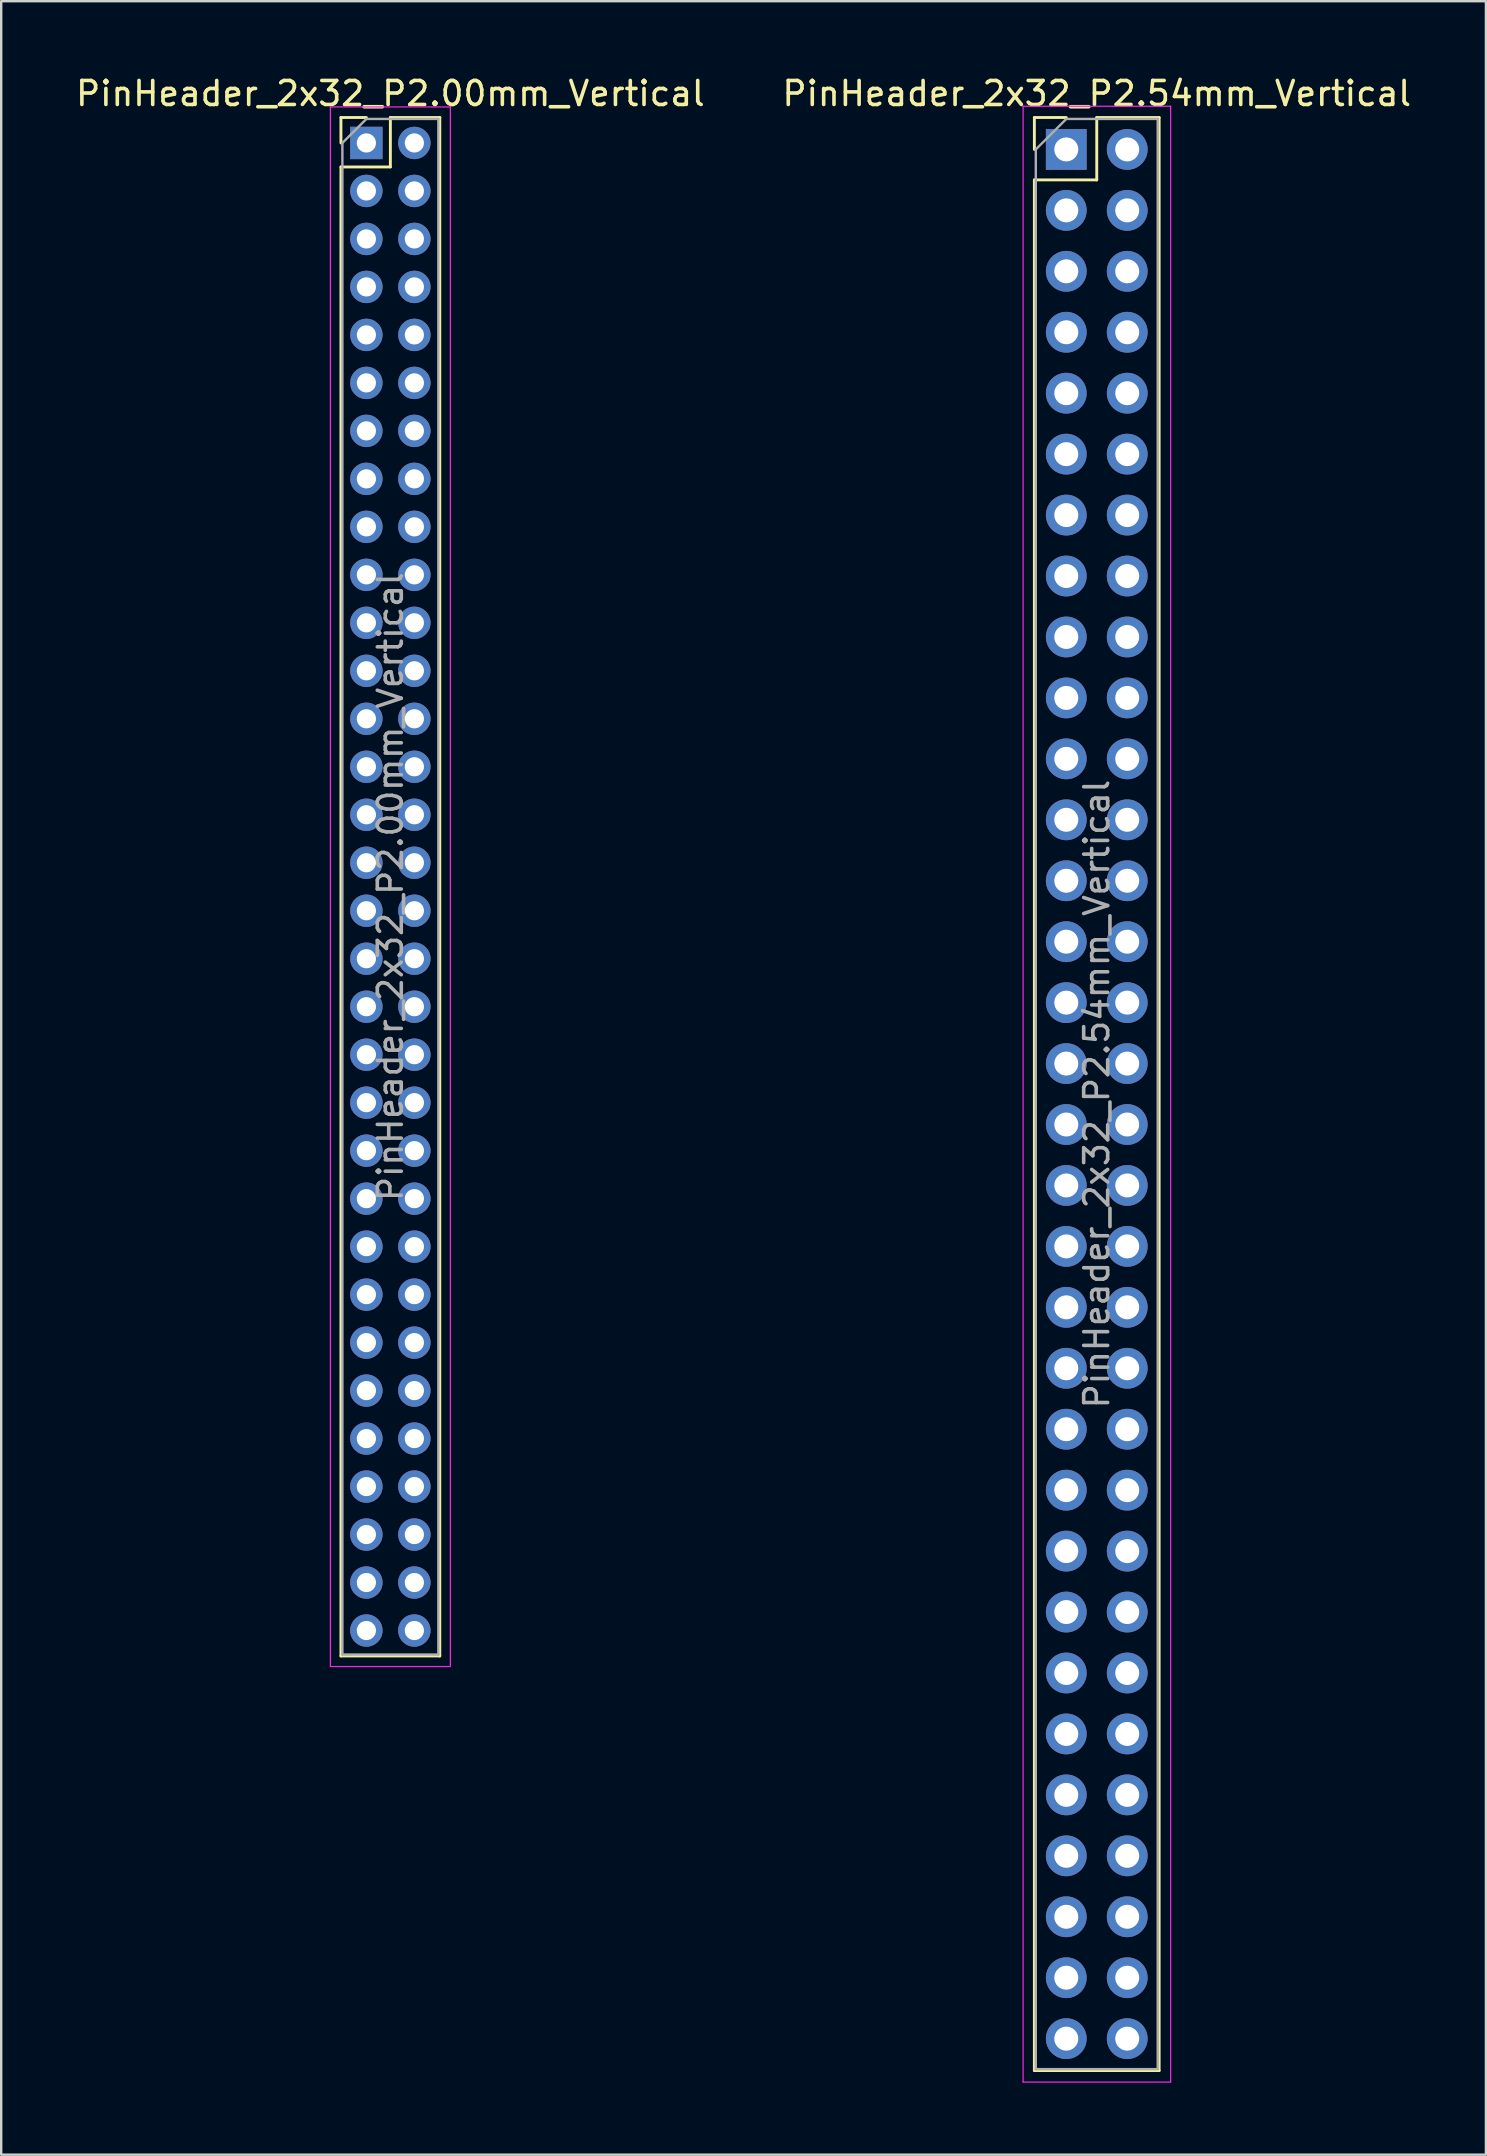
<source format=kicad_pcb>
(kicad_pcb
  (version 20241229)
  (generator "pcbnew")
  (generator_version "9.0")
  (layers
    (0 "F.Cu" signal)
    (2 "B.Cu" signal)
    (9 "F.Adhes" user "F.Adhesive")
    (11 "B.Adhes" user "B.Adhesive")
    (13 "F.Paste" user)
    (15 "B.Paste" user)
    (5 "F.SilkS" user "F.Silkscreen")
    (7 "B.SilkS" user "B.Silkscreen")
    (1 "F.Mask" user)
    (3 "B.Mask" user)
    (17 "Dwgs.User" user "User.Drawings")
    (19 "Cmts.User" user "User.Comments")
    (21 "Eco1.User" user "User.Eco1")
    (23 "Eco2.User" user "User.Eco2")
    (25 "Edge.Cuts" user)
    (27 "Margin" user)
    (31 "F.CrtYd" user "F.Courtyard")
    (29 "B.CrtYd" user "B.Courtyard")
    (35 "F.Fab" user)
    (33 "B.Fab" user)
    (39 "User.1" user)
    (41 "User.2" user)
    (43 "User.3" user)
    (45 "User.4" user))
  (footprint "PinHeader_2x32_P2.54mm_Vertical"
    (layer "F.Cu")
    (at 41.391 3.178)
    (property "Reference" "PinHeader_2x32_P2.54mm_Vertical" (at 1.27 -2.33 0) (layer "F.SilkS") (effects (font (size 1 1) (thickness 0.15))))
    (attr through_hole)
    (fp_line (start -1.33 -1.33) (end 0 -1.33) (stroke (width 0.12) (type solid)) (layer "F.SilkS"))
    (fp_line (start -1.33 0) (end -1.33 -1.33) (stroke (width 0.12) (type solid)) (layer "F.SilkS"))
    (fp_line (start -1.33 1.27) (end -1.33 80.07) (stroke (width 0.12) (type solid)) (layer "F.SilkS"))
    (fp_line (start -1.33 1.27) (end 1.27 1.27) (stroke (width 0.12) (type solid)) (layer "F.SilkS"))
    (fp_line (start -1.33 80.07) (end 3.87 80.07) (stroke (width 0.12) (type solid)) (layer "F.SilkS"))
    (fp_line (start 1.27 -1.33) (end 3.87 -1.33) (stroke (width 0.12) (type solid)) (layer "F.SilkS"))
    (fp_line (start 1.27 1.27) (end 1.27 -1.33) (stroke (width 0.12) (type solid)) (layer "F.SilkS"))
    (fp_line (start 3.87 -1.33) (end 3.87 80.07) (stroke (width 0.12) (type solid)) (layer "F.SilkS"))
    (fp_line (start -1.8 -1.8) (end -1.8 80.55) (stroke (width 0.05) (type solid)) (layer "F.CrtYd"))
    (fp_line (start -1.8 80.55) (end 4.35 80.55) (stroke (width 0.05) (type solid)) (layer "F.CrtYd"))
    (fp_line (start 4.35 -1.8) (end -1.8 -1.8) (stroke (width 0.05) (type solid)) (layer "F.CrtYd"))
    (fp_line (start 4.35 80.55) (end 4.35 -1.8) (stroke (width 0.05) (type solid)) (layer "F.CrtYd"))
    (fp_line (start -1.27 0) (end 0 -1.27) (stroke (width 0.1) (type solid)) (layer "F.Fab"))
    (fp_line (start -1.27 80.01) (end -1.27 0) (stroke (width 0.1) (type solid)) (layer "F.Fab"))
    (fp_line (start 0 -1.27) (end 3.81 -1.27) (stroke (width 0.1) (type solid)) (layer "F.Fab"))
    (fp_line (start 3.81 -1.27) (end 3.81 80.01) (stroke (width 0.1) (type solid)) (layer "F.Fab"))
    (fp_line (start 3.81 80.01) (end -1.27 80.01) (stroke (width 0.1) (type solid)) (layer "F.Fab"))
    (fp_text user "${REFERENCE}" (at 1.27 39.37 90) (layer "F.Fab") (effects (font (size 1 1) (thickness 0.15))))
    (pad "1" thru_hole rect (at 0 0) (size 1.7 1.7) (drill 1) (layers "*.Cu" "*.Mask"))
    (pad "2" thru_hole oval (at 2.54 0) (size 1.7 1.7) (drill 1) (layers "*.Cu" "*.Mask"))
    (pad "3" thru_hole oval (at 0 2.54) (size 1.7 1.7) (drill 1) (layers "*.Cu" "*.Mask"))
    (pad "4" thru_hole oval (at 2.54 2.54) (size 1.7 1.7) (drill 1) (layers "*.Cu" "*.Mask"))
    (pad "5" thru_hole oval (at 0 5.08) (size 1.7 1.7) (drill 1) (layers "*.Cu" "*.Mask"))
    (pad "6" thru_hole oval (at 2.54 5.08) (size 1.7 1.7) (drill 1) (layers "*.Cu" "*.Mask"))
    (pad "7" thru_hole oval (at 0 7.62) (size 1.7 1.7) (drill 1) (layers "*.Cu" "*.Mask"))
    (pad "8" thru_hole oval (at 2.54 7.62) (size 1.7 1.7) (drill 1) (layers "*.Cu" "*.Mask"))
    (pad "9" thru_hole oval (at 0 10.16) (size 1.7 1.7) (drill 1) (layers "*.Cu" "*.Mask"))
    (pad "10" thru_hole oval (at 2.54 10.16) (size 1.7 1.7) (drill 1) (layers "*.Cu" "*.Mask"))
    (pad "11" thru_hole oval (at 0 12.7) (size 1.7 1.7) (drill 1) (layers "*.Cu" "*.Mask"))
    (pad "12" thru_hole oval (at 2.54 12.7) (size 1.7 1.7) (drill 1) (layers "*.Cu" "*.Mask"))
    (pad "13" thru_hole oval (at 0 15.24) (size 1.7 1.7) (drill 1) (layers "*.Cu" "*.Mask"))
    (pad "14" thru_hole oval (at 2.54 15.24) (size 1.7 1.7) (drill 1) (layers "*.Cu" "*.Mask"))
    (pad "15" thru_hole oval (at 0 17.78) (size 1.7 1.7) (drill 1) (layers "*.Cu" "*.Mask"))
    (pad "16" thru_hole oval (at 2.54 17.78) (size 1.7 1.7) (drill 1) (layers "*.Cu" "*.Mask"))
    (pad "17" thru_hole oval (at 0 20.32) (size 1.7 1.7) (drill 1) (layers "*.Cu" "*.Mask"))
    (pad "18" thru_hole oval (at 2.54 20.32) (size 1.7 1.7) (drill 1) (layers "*.Cu" "*.Mask"))
    (pad "19" thru_hole oval (at 0 22.86) (size 1.7 1.7) (drill 1) (layers "*.Cu" "*.Mask"))
    (pad "20" thru_hole oval (at 2.54 22.86) (size 1.7 1.7) (drill 1) (layers "*.Cu" "*.Mask"))
    (pad "21" thru_hole oval (at 0 25.4) (size 1.7 1.7) (drill 1) (layers "*.Cu" "*.Mask"))
    (pad "22" thru_hole oval (at 2.54 25.4) (size 1.7 1.7) (drill 1) (layers "*.Cu" "*.Mask"))
    (pad "23" thru_hole oval (at 0 27.94) (size 1.7 1.7) (drill 1) (layers "*.Cu" "*.Mask"))
    (pad "24" thru_hole oval (at 2.54 27.94) (size 1.7 1.7) (drill 1) (layers "*.Cu" "*.Mask"))
    (pad "25" thru_hole oval (at 0 30.48) (size 1.7 1.7) (drill 1) (layers "*.Cu" "*.Mask"))
    (pad "26" thru_hole oval (at 2.54 30.48) (size 1.7 1.7) (drill 1) (layers "*.Cu" "*.Mask"))
    (pad "27" thru_hole oval (at 0 33.02) (size 1.7 1.7) (drill 1) (layers "*.Cu" "*.Mask"))
    (pad "28" thru_hole oval (at 2.54 33.02) (size 1.7 1.7) (drill 1) (layers "*.Cu" "*.Mask"))
    (pad "29" thru_hole oval (at 0 35.56) (size 1.7 1.7) (drill 1) (layers "*.Cu" "*.Mask"))
    (pad "30" thru_hole oval (at 2.54 35.56) (size 1.7 1.7) (drill 1) (layers "*.Cu" "*.Mask"))
    (pad "31" thru_hole oval (at 0 38.1) (size 1.7 1.7) (drill 1) (layers "*.Cu" "*.Mask"))
    (pad "32" thru_hole oval (at 2.54 38.1) (size 1.7 1.7) (drill 1) (layers "*.Cu" "*.Mask"))
    (pad "33" thru_hole oval (at 0 40.64) (size 1.7 1.7) (drill 1) (layers "*.Cu" "*.Mask"))
    (pad "34" thru_hole oval (at 2.54 40.64) (size 1.7 1.7) (drill 1) (layers "*.Cu" "*.Mask"))
    (pad "35" thru_hole oval (at 0 43.18) (size 1.7 1.7) (drill 1) (layers "*.Cu" "*.Mask"))
    (pad "36" thru_hole oval (at 2.54 43.18) (size 1.7 1.7) (drill 1) (layers "*.Cu" "*.Mask"))
    (pad "37" thru_hole oval (at 0 45.72) (size 1.7 1.7) (drill 1) (layers "*.Cu" "*.Mask"))
    (pad "38" thru_hole oval (at 2.54 45.72) (size 1.7 1.7) (drill 1) (layers "*.Cu" "*.Mask"))
    (pad "39" thru_hole oval (at 0 48.26) (size 1.7 1.7) (drill 1) (layers "*.Cu" "*.Mask"))
    (pad "40" thru_hole oval (at 2.54 48.26) (size 1.7 1.7) (drill 1) (layers "*.Cu" "*.Mask"))
    (pad "41" thru_hole oval (at 0 50.8) (size 1.7 1.7) (drill 1) (layers "*.Cu" "*.Mask"))
    (pad "42" thru_hole oval (at 2.54 50.8) (size 1.7 1.7) (drill 1) (layers "*.Cu" "*.Mask"))
    (pad "43" thru_hole oval (at 0 53.34) (size 1.7 1.7) (drill 1) (layers "*.Cu" "*.Mask"))
    (pad "44" thru_hole oval (at 2.54 53.34) (size 1.7 1.7) (drill 1) (layers "*.Cu" "*.Mask"))
    (pad "45" thru_hole oval (at 0 55.88) (size 1.7 1.7) (drill 1) (layers "*.Cu" "*.Mask"))
    (pad "46" thru_hole oval (at 2.54 55.88) (size 1.7 1.7) (drill 1) (layers "*.Cu" "*.Mask"))
    (pad "47" thru_hole oval (at 0 58.42) (size 1.7 1.7) (drill 1) (layers "*.Cu" "*.Mask"))
    (pad "48" thru_hole oval (at 2.54 58.42) (size 1.7 1.7) (drill 1) (layers "*.Cu" "*.Mask"))
    (pad "49" thru_hole oval (at 0 60.96) (size 1.7 1.7) (drill 1) (layers "*.Cu" "*.Mask"))
    (pad "50" thru_hole oval (at 2.54 60.96) (size 1.7 1.7) (drill 1) (layers "*.Cu" "*.Mask"))
    (pad "51" thru_hole oval (at 0 63.5) (size 1.7 1.7) (drill 1) (layers "*.Cu" "*.Mask"))
    (pad "52" thru_hole oval (at 2.54 63.5) (size 1.7 1.7) (drill 1) (layers "*.Cu" "*.Mask"))
    (pad "53" thru_hole oval (at 0 66.04) (size 1.7 1.7) (drill 1) (layers "*.Cu" "*.Mask"))
    (pad "54" thru_hole oval (at 2.54 66.04) (size 1.7 1.7) (drill 1) (layers "*.Cu" "*.Mask"))
    (pad "55" thru_hole oval (at 0 68.58) (size 1.7 1.7) (drill 1) (layers "*.Cu" "*.Mask"))
    (pad "56" thru_hole oval (at 2.54 68.58) (size 1.7 1.7) (drill 1) (layers "*.Cu" "*.Mask"))
    (pad "57" thru_hole oval (at 0 71.12) (size 1.7 1.7) (drill 1) (layers "*.Cu" "*.Mask"))
    (pad "58" thru_hole oval (at 2.54 71.12) (size 1.7 1.7) (drill 1) (layers "*.Cu" "*.Mask"))
    (pad "59" thru_hole oval (at 0 73.66) (size 1.7 1.7) (drill 1) (layers "*.Cu" "*.Mask"))
    (pad "60" thru_hole oval (at 2.54 73.66) (size 1.7 1.7) (drill 1) (layers "*.Cu" "*.Mask"))
    (pad "61" thru_hole oval (at 0 76.2) (size 1.7 1.7) (drill 1) (layers "*.Cu" "*.Mask"))
    (pad "62" thru_hole oval (at 2.54 76.2) (size 1.7 1.7) (drill 1) (layers "*.Cu" "*.Mask"))
    (pad "63" thru_hole oval (at 0 78.74) (size 1.7 1.7) (drill 1) (layers "*.Cu" "*.Mask"))
    (pad "64" thru_hole oval (at 2.54 78.74) (size 1.7 1.7) (drill 1) (layers "*.Cu" "*.Mask")))
  (footprint "PinHeader_2x32_P2.00mm_Vertical"
    (layer "F.Cu")
    (at 12.22 2.908)
    (property "Reference" "PinHeader_2x32_P2.00mm_Vertical" (at 1 -2.06 0) (layer "F.SilkS") (effects (font (size 1 1) (thickness 0.15))))
    (attr through_hole)
    (fp_line (start -1.06 -1.06) (end 0 -1.06) (stroke (width 0.12) (type solid)) (layer "F.SilkS"))
    (fp_line (start -1.06 0) (end -1.06 -1.06) (stroke (width 0.12) (type solid)) (layer "F.SilkS"))
    (fp_line (start -1.06 1) (end -1.06 63.06) (stroke (width 0.12) (type solid)) (layer "F.SilkS"))
    (fp_line (start -1.06 1) (end 1 1) (stroke (width 0.12) (type solid)) (layer "F.SilkS"))
    (fp_line (start -1.06 63.06) (end 3.06 63.06) (stroke (width 0.12) (type solid)) (layer "F.SilkS"))
    (fp_line (start 1 -1.06) (end 3.06 -1.06) (stroke (width 0.12) (type solid)) (layer "F.SilkS"))
    (fp_line (start 1 1) (end 1 -1.06) (stroke (width 0.12) (type solid)) (layer "F.SilkS"))
    (fp_line (start 3.06 -1.06) (end 3.06 63.06) (stroke (width 0.12) (type solid)) (layer "F.SilkS"))
    (fp_line (start -1.5 -1.5) (end -1.5 63.5) (stroke (width 0.05) (type solid)) (layer "F.CrtYd"))
    (fp_line (start -1.5 63.5) (end 3.5 63.5) (stroke (width 0.05) (type solid)) (layer "F.CrtYd"))
    (fp_line (start 3.5 -1.5) (end -1.5 -1.5) (stroke (width 0.05) (type solid)) (layer "F.CrtYd"))
    (fp_line (start 3.5 63.5) (end 3.5 -1.5) (stroke (width 0.05) (type solid)) (layer "F.CrtYd"))
    (fp_line (start -1 0) (end 0 -1) (stroke (width 0.1) (type solid)) (layer "F.Fab"))
    (fp_line (start -1 63) (end -1 0) (stroke (width 0.1) (type solid)) (layer "F.Fab"))
    (fp_line (start 0 -1) (end 3 -1) (stroke (width 0.1) (type solid)) (layer "F.Fab"))
    (fp_line (start 3 -1) (end 3 63) (stroke (width 0.1) (type solid)) (layer "F.Fab"))
    (fp_line (start 3 63) (end -1 63) (stroke (width 0.1) (type solid)) (layer "F.Fab"))
    (fp_text user "${REFERENCE}" (at 1 31 90) (layer "F.Fab") (effects (font (size 1 1) (thickness 0.15))))
    (pad "1" thru_hole rect (at 0 0) (size 1.35 1.35) (drill 0.8) (layers "*.Cu" "*.Mask"))
    (pad "2" thru_hole oval (at 2 0) (size 1.35 1.35) (drill 0.8) (layers "*.Cu" "*.Mask"))
    (pad "3" thru_hole oval (at 0 2) (size 1.35 1.35) (drill 0.8) (layers "*.Cu" "*.Mask"))
    (pad "4" thru_hole oval (at 2 2) (size 1.35 1.35) (drill 0.8) (layers "*.Cu" "*.Mask"))
    (pad "5" thru_hole oval (at 0 4) (size 1.35 1.35) (drill 0.8) (layers "*.Cu" "*.Mask"))
    (pad "6" thru_hole oval (at 2 4) (size 1.35 1.35) (drill 0.8) (layers "*.Cu" "*.Mask"))
    (pad "7" thru_hole oval (at 0 6) (size 1.35 1.35) (drill 0.8) (layers "*.Cu" "*.Mask"))
    (pad "8" thru_hole oval (at 2 6) (size 1.35 1.35) (drill 0.8) (layers "*.Cu" "*.Mask"))
    (pad "9" thru_hole oval (at 0 8) (size 1.35 1.35) (drill 0.8) (layers "*.Cu" "*.Mask"))
    (pad "10" thru_hole oval (at 2 8) (size 1.35 1.35) (drill 0.8) (layers "*.Cu" "*.Mask"))
    (pad "11" thru_hole oval (at 0 10) (size 1.35 1.35) (drill 0.8) (layers "*.Cu" "*.Mask"))
    (pad "12" thru_hole oval (at 2 10) (size 1.35 1.35) (drill 0.8) (layers "*.Cu" "*.Mask"))
    (pad "13" thru_hole oval (at 0 12) (size 1.35 1.35) (drill 0.8) (layers "*.Cu" "*.Mask"))
    (pad "14" thru_hole oval (at 2 12) (size 1.35 1.35) (drill 0.8) (layers "*.Cu" "*.Mask"))
    (pad "15" thru_hole oval (at 0 14) (size 1.35 1.35) (drill 0.8) (layers "*.Cu" "*.Mask"))
    (pad "16" thru_hole oval (at 2 14) (size 1.35 1.35) (drill 0.8) (layers "*.Cu" "*.Mask"))
    (pad "17" thru_hole oval (at 0 16) (size 1.35 1.35) (drill 0.8) (layers "*.Cu" "*.Mask"))
    (pad "18" thru_hole oval (at 2 16) (size 1.35 1.35) (drill 0.8) (layers "*.Cu" "*.Mask"))
    (pad "19" thru_hole oval (at 0 18) (size 1.35 1.35) (drill 0.8) (layers "*.Cu" "*.Mask"))
    (pad "20" thru_hole oval (at 2 18) (size 1.35 1.35) (drill 0.8) (layers "*.Cu" "*.Mask"))
    (pad "21" thru_hole oval (at 0 20) (size 1.35 1.35) (drill 0.8) (layers "*.Cu" "*.Mask"))
    (pad "22" thru_hole oval (at 2 20) (size 1.35 1.35) (drill 0.8) (layers "*.Cu" "*.Mask"))
    (pad "23" thru_hole oval (at 0 22) (size 1.35 1.35) (drill 0.8) (layers "*.Cu" "*.Mask"))
    (pad "24" thru_hole oval (at 2 22) (size 1.35 1.35) (drill 0.8) (layers "*.Cu" "*.Mask"))
    (pad "25" thru_hole oval (at 0 24) (size 1.35 1.35) (drill 0.8) (layers "*.Cu" "*.Mask"))
    (pad "26" thru_hole oval (at 2 24) (size 1.35 1.35) (drill 0.8) (layers "*.Cu" "*.Mask"))
    (pad "27" thru_hole oval (at 0 26) (size 1.35 1.35) (drill 0.8) (layers "*.Cu" "*.Mask"))
    (pad "28" thru_hole oval (at 2 26) (size 1.35 1.35) (drill 0.8) (layers "*.Cu" "*.Mask"))
    (pad "29" thru_hole oval (at 0 28) (size 1.35 1.35) (drill 0.8) (layers "*.Cu" "*.Mask"))
    (pad "30" thru_hole oval (at 2 28) (size 1.35 1.35) (drill 0.8) (layers "*.Cu" "*.Mask"))
    (pad "31" thru_hole oval (at 0 30) (size 1.35 1.35) (drill 0.8) (layers "*.Cu" "*.Mask"))
    (pad "32" thru_hole oval (at 2 30) (size 1.35 1.35) (drill 0.8) (layers "*.Cu" "*.Mask"))
    (pad "33" thru_hole oval (at 0 32) (size 1.35 1.35) (drill 0.8) (layers "*.Cu" "*.Mask"))
    (pad "34" thru_hole oval (at 2 32) (size 1.35 1.35) (drill 0.8) (layers "*.Cu" "*.Mask"))
    (pad "35" thru_hole oval (at 0 34) (size 1.35 1.35) (drill 0.8) (layers "*.Cu" "*.Mask"))
    (pad "36" thru_hole oval (at 2 34) (size 1.35 1.35) (drill 0.8) (layers "*.Cu" "*.Mask"))
    (pad "37" thru_hole oval (at 0 36) (size 1.35 1.35) (drill 0.8) (layers "*.Cu" "*.Mask"))
    (pad "38" thru_hole oval (at 2 36) (size 1.35 1.35) (drill 0.8) (layers "*.Cu" "*.Mask"))
    (pad "39" thru_hole oval (at 0 38) (size 1.35 1.35) (drill 0.8) (layers "*.Cu" "*.Mask"))
    (pad "40" thru_hole oval (at 2 38) (size 1.35 1.35) (drill 0.8) (layers "*.Cu" "*.Mask"))
    (pad "41" thru_hole oval (at 0 40) (size 1.35 1.35) (drill 0.8) (layers "*.Cu" "*.Mask"))
    (pad "42" thru_hole oval (at 2 40) (size 1.35 1.35) (drill 0.8) (layers "*.Cu" "*.Mask"))
    (pad "43" thru_hole oval (at 0 42) (size 1.35 1.35) (drill 0.8) (layers "*.Cu" "*.Mask"))
    (pad "44" thru_hole oval (at 2 42) (size 1.35 1.35) (drill 0.8) (layers "*.Cu" "*.Mask"))
    (pad "45" thru_hole oval (at 0 44) (size 1.35 1.35) (drill 0.8) (layers "*.Cu" "*.Mask"))
    (pad "46" thru_hole oval (at 2 44) (size 1.35 1.35) (drill 0.8) (layers "*.Cu" "*.Mask"))
    (pad "47" thru_hole oval (at 0 46) (size 1.35 1.35) (drill 0.8) (layers "*.Cu" "*.Mask"))
    (pad "48" thru_hole oval (at 2 46) (size 1.35 1.35) (drill 0.8) (layers "*.Cu" "*.Mask"))
    (pad "49" thru_hole oval (at 0 48) (size 1.35 1.35) (drill 0.8) (layers "*.Cu" "*.Mask"))
    (pad "50" thru_hole oval (at 2 48) (size 1.35 1.35) (drill 0.8) (layers "*.Cu" "*.Mask"))
    (pad "51" thru_hole oval (at 0 50) (size 1.35 1.35) (drill 0.8) (layers "*.Cu" "*.Mask"))
    (pad "52" thru_hole oval (at 2 50) (size 1.35 1.35) (drill 0.8) (layers "*.Cu" "*.Mask"))
    (pad "53" thru_hole oval (at 0 52) (size 1.35 1.35) (drill 0.8) (layers "*.Cu" "*.Mask"))
    (pad "54" thru_hole oval (at 2 52) (size 1.35 1.35) (drill 0.8) (layers "*.Cu" "*.Mask"))
    (pad "55" thru_hole oval (at 0 54) (size 1.35 1.35) (drill 0.8) (layers "*.Cu" "*.Mask"))
    (pad "56" thru_hole oval (at 2 54) (size 1.35 1.35) (drill 0.8) (layers "*.Cu" "*.Mask"))
    (pad "57" thru_hole oval (at 0 56) (size 1.35 1.35) (drill 0.8) (layers "*.Cu" "*.Mask"))
    (pad "58" thru_hole oval (at 2 56) (size 1.35 1.35) (drill 0.8) (layers "*.Cu" "*.Mask"))
    (pad "59" thru_hole oval (at 0 58) (size 1.35 1.35) (drill 0.8) (layers "*.Cu" "*.Mask"))
    (pad "60" thru_hole oval (at 2 58) (size 1.35 1.35) (drill 0.8) (layers "*.Cu" "*.Mask"))
    (pad "61" thru_hole oval (at 0 60) (size 1.35 1.35) (drill 0.8) (layers "*.Cu" "*.Mask"))
    (pad "62" thru_hole oval (at 2 60) (size 1.35 1.35) (drill 0.8) (layers "*.Cu" "*.Mask"))
    (pad "63" thru_hole oval (at 0 62) (size 1.35 1.35) (drill 0.8) (layers "*.Cu" "*.Mask"))
    (pad "64" thru_hole oval (at 2 62) (size 1.35 1.35) (drill 0.8) (layers "*.Cu" "*.Mask")))
  (gr_rect
    (start -3 -3)
    (end 58.881 86.753)
    (stroke (width 0.1) (type default))
    (fill no)
    (layer "Edge.Cuts")))
</source>
